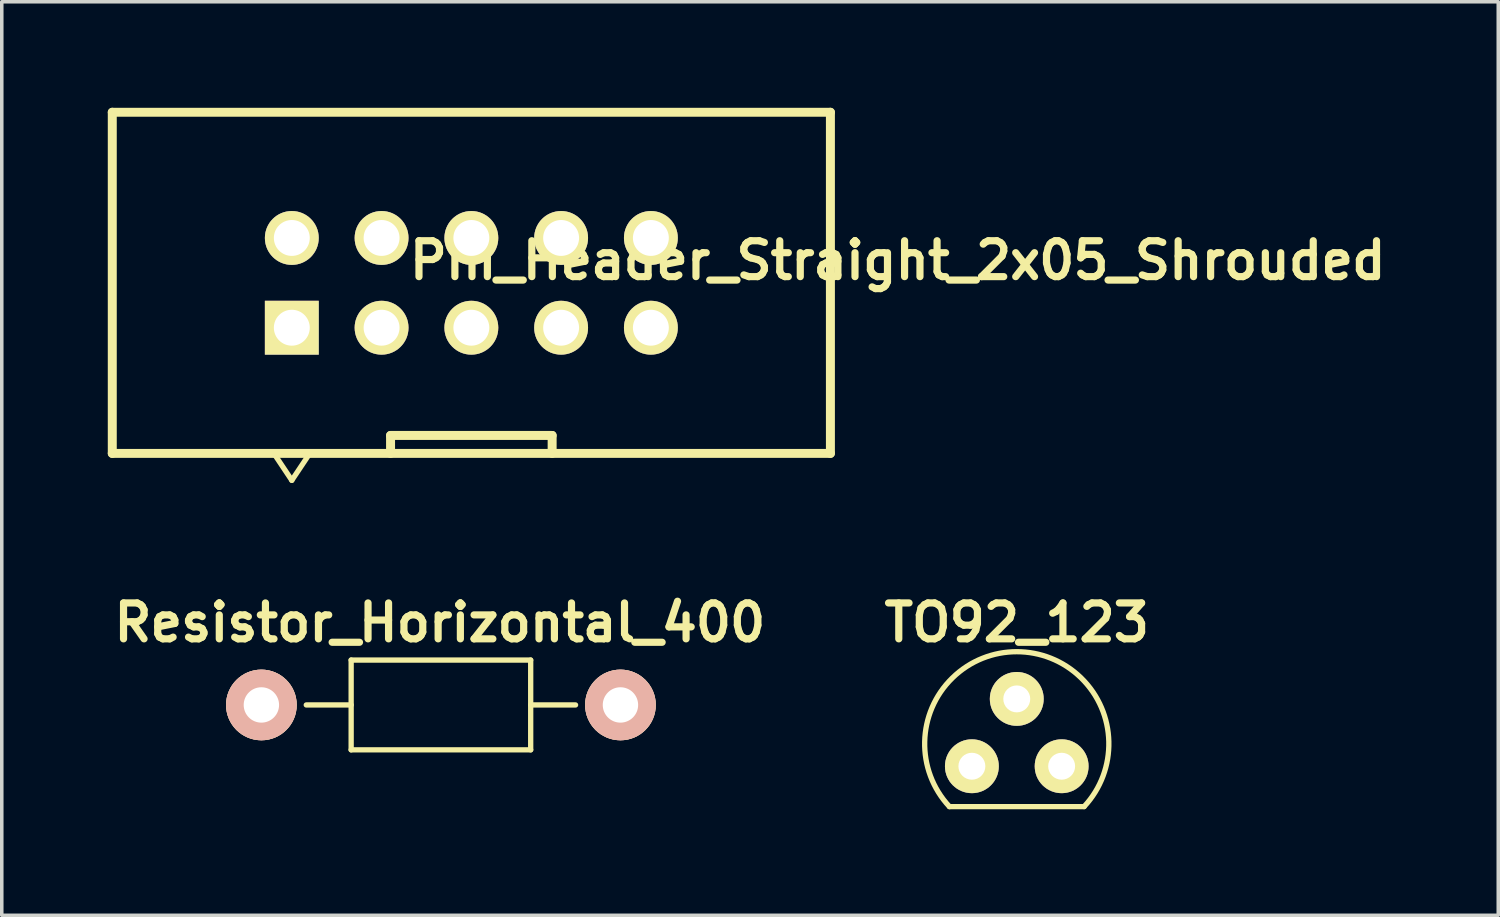
<source format=kicad_pcb>
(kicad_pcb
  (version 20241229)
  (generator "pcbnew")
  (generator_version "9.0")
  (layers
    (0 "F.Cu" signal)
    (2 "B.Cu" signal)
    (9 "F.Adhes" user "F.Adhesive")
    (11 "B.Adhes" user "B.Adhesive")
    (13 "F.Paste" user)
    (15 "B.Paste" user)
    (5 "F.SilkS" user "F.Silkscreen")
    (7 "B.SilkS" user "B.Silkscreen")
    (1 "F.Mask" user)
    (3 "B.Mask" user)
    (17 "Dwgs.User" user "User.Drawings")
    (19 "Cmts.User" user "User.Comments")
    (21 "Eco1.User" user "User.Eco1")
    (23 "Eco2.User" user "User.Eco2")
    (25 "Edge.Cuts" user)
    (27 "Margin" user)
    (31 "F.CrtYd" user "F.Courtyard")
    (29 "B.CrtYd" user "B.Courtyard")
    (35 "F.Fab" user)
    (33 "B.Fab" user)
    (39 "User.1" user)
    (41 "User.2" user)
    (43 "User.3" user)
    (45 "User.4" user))
  (footprint "Pin_Header_Straight_2x05_Shrouded"
    (layer "F.Cu")
    (at 10.287 4.953)
    (property "Reference" "Pin_Header_Straight_2x05_Shrouded" (at 12.065 -0.635 180) (layer "F.SilkS") (effects (font (size 1.016 1.016) (thickness 0.203))))
    (attr through_hole)
    (fp_line (start -10.16 -4.826) (end 10.16 -4.826) (stroke (width 0.254) (type solid)) (layer "F.SilkS"))
    (fp_line (start -10.16 4.826) (end -10.16 -4.826) (stroke (width 0.254) (type solid)) (layer "F.SilkS"))
    (fp_line (start -5.08 5.588) (end -5.588 4.826) (stroke (width 0.15) (type solid)) (layer "F.SilkS"))
    (fp_line (start -5.08 5.588) (end -4.572 4.826) (stroke (width 0.15) (type solid)) (layer "F.SilkS"))
    (fp_line (start -2.286 4.318) (end -2.286 4.826) (stroke (width 0.254) (type solid)) (layer "F.SilkS"))
    (fp_line (start 2.286 4.318) (end -2.286 4.318) (stroke (width 0.254) (type solid)) (layer "F.SilkS"))
    (fp_line (start 2.286 4.826) (end 2.286 4.318) (stroke (width 0.254) (type solid)) (layer "F.SilkS"))
    (fp_line (start 10.16 -4.826) (end 10.16 4.826) (stroke (width 0.254) (type solid)) (layer "F.SilkS"))
    (fp_line (start 10.16 4.826) (end -10.16 4.826) (stroke (width 0.254) (type solid)) (layer "F.SilkS"))
    (pad "1" thru_hole rect (at -5.08 1.27) (size 1.524 1.524) (drill 1.016) (layers "*.Cu" "*.Mask" "F.SilkS"))
    (pad "2" thru_hole circle (at -5.08 -1.27) (size 1.524 1.524) (drill 1.016) (layers "*.Cu" "*.Mask" "F.SilkS"))
    (pad "3" thru_hole circle (at -2.54 1.27) (size 1.524 1.524) (drill 1.016) (layers "*.Cu" "*.Mask" "F.SilkS"))
    (pad "4" thru_hole circle (at -2.54 -1.27) (size 1.524 1.524) (drill 1.016) (layers "*.Cu" "*.Mask" "F.SilkS"))
    (pad "5" thru_hole circle (at 0 1.27) (size 1.524 1.524) (drill 1.016) (layers "*.Cu" "*.Mask" "F.SilkS"))
    (pad "6" thru_hole circle (at 0 -1.27) (size 1.524 1.524) (drill 1.016) (layers "*.Cu" "*.Mask" "F.SilkS"))
    (pad "7" thru_hole circle (at 2.54 1.27) (size 1.524 1.524) (drill 1.016) (layers "*.Cu" "*.Mask" "F.SilkS"))
    (pad "8" thru_hole circle (at 2.54 -1.27) (size 1.524 1.524) (drill 1.016) (layers "*.Cu" "*.Mask" "F.SilkS"))
    (pad "9" thru_hole circle (at 5.08 1.27) (size 1.524 1.524) (drill 1.016) (layers "*.Cu" "*.Mask" "F.SilkS"))
    (pad "10" thru_hole circle (at 5.08 -1.27) (size 1.524 1.524) (drill 1.016) (layers "*.Cu" "*.Mask" "F.SilkS")))
  (footprint "Resistor_Horizontal_400"
    (layer "F.Cu")
    (at 9.426 16.897)
    (property "Reference" "Resistor_Horizontal_400" (at -0.03 -2.33 0) (layer "F.SilkS") (effects (font (size 1.016 1.016) (thickness 0.203))))
    (attr through_hole)
    (fp_line (start -2.54 -1.27) (end -2.54 1.27) (stroke (width 0.15) (type solid)) (layer "F.SilkS"))
    (fp_line (start -2.54 0) (end -3.81 0) (stroke (width 0.15) (type solid)) (layer "F.SilkS"))
    (fp_line (start -2.54 1.27) (end 2.54 1.27) (stroke (width 0.15) (type solid)) (layer "F.SilkS"))
    (fp_line (start 2.54 -1.27) (end -2.54 -1.27) (stroke (width 0.15) (type solid)) (layer "F.SilkS"))
    (fp_line (start 2.54 0) (end 3.81 0) (stroke (width 0.15) (type solid)) (layer "F.SilkS"))
    (fp_line (start 2.54 1.27) (end 2.54 -1.27) (stroke (width 0.15) (type solid)) (layer "F.SilkS"))
    (pad "1" thru_hole circle (at -5.08 0) (size 1.999 1.999) (drill 1.001) (layers "*.Cu" "*.SilkS" "*.Mask"))
    (pad "2" thru_hole circle (at 5.08 0) (size 1.999 1.999) (drill 1.001) (layers "*.Cu" "*.SilkS" "*.Mask")))
  (footprint "TO92_123"
    (layer "F.Cu")
    (at 25.72 17.996)
    (property "Reference" "TO92_123" (at 0 -3.429 0) (layer "F.SilkS") (effects (font (size 1.016 1.016) (thickness 0.203))))
    (attr through_hole)
    (fp_line (start -1.905 1.778) (end 1.905 1.778) (stroke (width 0.15) (type solid)) (layer "F.SilkS"))
    (fp_arc (start -1.905 1.778) (mid -0.00114 -2.605822) (end 1.906555 1.776333) (stroke (width 0.15) (type solid)) (layer "F.SilkS"))
    (pad "1" thru_hole circle (at -1.27 0.635) (size 1.524 1.524) (drill 0.762) (layers "*.Cu" "*.Mask" "F.SilkS"))
    (pad "2" thru_hole circle (at 0 -1.27) (size 1.524 1.524) (drill 0.762) (layers "*.Cu" "*.Mask" "F.SilkS"))
    (pad "3" thru_hole circle (at 1.27 0.635) (size 1.524 1.524) (drill 0.762) (layers "*.Cu" "*.Mask" "F.SilkS")))
  (gr_rect
    (start -3 -3)
    (end 39.344 22.849)
    (stroke (width 0.1) (type default))
    (fill no)
    (layer "Edge.Cuts")))
</source>
